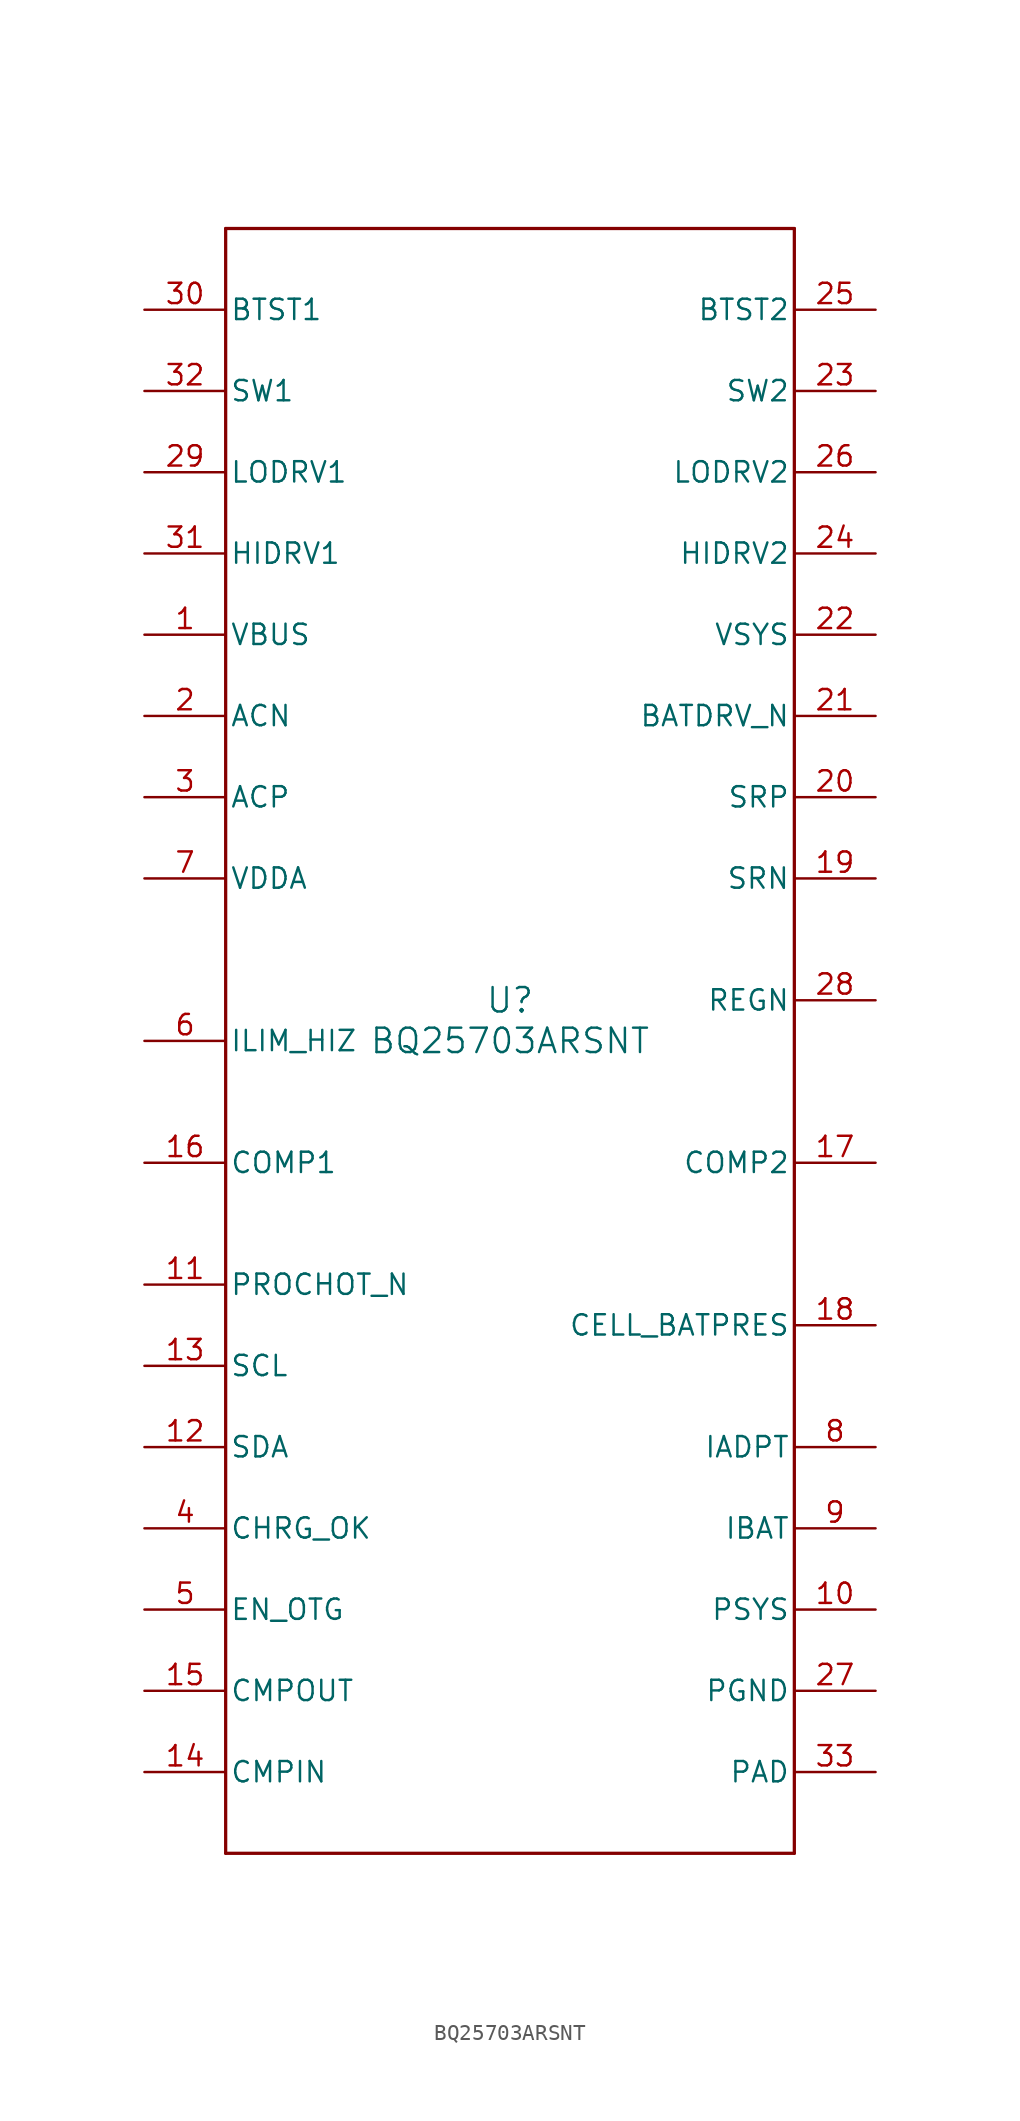
<source format=kicad_sym>
(kicad_symbol_lib
  (version 20211014)
  (generator kicad_symbol_editor)
  (symbol "BQ25703ARSNT"
    (pin_names
      (offset 0.254))
    (property "Reference" "U"
      (at 0 2.54 0)
      (effects (font (size 1.524 1.524))))
    (property "Value" "BQ25703ARSNT"
      (at 0 0 0)
      (effects (font (size 1.524 1.524))))
    (symbol "BQ25703ARSNT_0_1"
      (polyline (pts (xy -17.78 -50.8) (xy 17.78 -50.8)) (stroke (width 0.203) (type default) (color 0 0 0 0)) (fill (type none)))
      (polyline (pts (xy 17.78 -50.8) (xy 17.78 50.8)) (stroke (width 0.203) (type default) (color 0 0 0 0)) (fill (type none)))
      (polyline (pts (xy 17.78 50.8) (xy -17.78 50.8)) (stroke (width 0.203) (type default) (color 0 0 0 0)) (fill (type none)))
      (polyline (pts (xy -17.78 50.8) (xy -17.78 -50.8)) (stroke (width 0.203) (type default) (color 0 0 0 0)) (fill (type none)))
      (pin power_in line (at -22.86 25.4 0) (length 5.08) (name "VBUS" (effects (font (size 1.27 1.27)))) (number "1" (effects (font (size 1.27 1.27)))))
      (pin input line (at -22.86 20.32 0) (length 5.08) (name "ACN" (effects (font (size 1.27 1.27)))) (number "2" (effects (font (size 1.27 1.27)))))
      (pin input line (at -22.86 15.24 0) (length 5.08) (name "ACP" (effects (font (size 1.27 1.27)))) (number "3" (effects (font (size 1.27 1.27)))))
      (pin open_collector line (at -22.86 -30.48 0) (length 5.08) (name "CHRG_OK" (effects (font (size 1.27 1.27)))) (number "4" (effects (font (size 1.27 1.27)))))
      (pin input line (at -22.86 -35.56 0) (length 5.08) (name "EN_OTG" (effects (font (size 1.27 1.27)))) (number "5" (effects (font (size 1.27 1.27)))))
      (pin input line (at -22.86 0 0) (length 5.08) (name "ILIM_HIZ" (effects (font (size 1.27 1.27)))) (number "6" (effects (font (size 1.27 1.27)))))
      (pin power_in line (at -22.86 10.16 0) (length 5.08) (name "VDDA" (effects (font (size 1.27 1.27)))) (number "7" (effects (font (size 1.27 1.27)))))
      (pin output line (at 22.86 -25.4 180) (length 5.08) (name "IADPT" (effects (font (size 1.27 1.27)))) (number "8" (effects (font (size 1.27 1.27)))))
      (pin output line (at 22.86 -30.48 180) (length 5.08) (name "IBAT" (effects (font (size 1.27 1.27)))) (number "9" (effects (font (size 1.27 1.27)))))
      (pin output line (at 22.86 -35.56 180) (length 5.08) (name "PSYS" (effects (font (size 1.27 1.27)))) (number "10" (effects (font (size 1.27 1.27)))))
      (pin open_collector line (at -22.86 -15.24 0) (length 5.08) (name "PROCHOT_N" (effects (font (size 1.27 1.27)))) (number "11" (effects (font (size 1.27 1.27)))))
      (pin bidirectional line (at -22.86 -25.4 0) (length 5.08) (name "SDA" (effects (font (size 1.27 1.27)))) (number "12" (effects (font (size 1.27 1.27)))))
      (pin input line (at -22.86 -20.32 0) (length 5.08) (name "SCL" (effects (font (size 1.27 1.27)))) (number "13" (effects (font (size 1.27 1.27)))))
      (pin input line (at -22.86 -45.72 0) (length 5.08) (name "CMPIN" (effects (font (size 1.27 1.27)))) (number "14" (effects (font (size 1.27 1.27)))))
      (pin open_collector line (at -22.86 -40.64 0) (length 5.08) (name "CMPOUT" (effects (font (size 1.27 1.27)))) (number "15" (effects (font (size 1.27 1.27)))))
      (pin input line (at -22.86 -7.62 0) (length 5.08) (name "COMP1" (effects (font (size 1.27 1.27)))) (number "16" (effects (font (size 1.27 1.27)))))
      (pin input line (at 22.86 -7.62 180) (length 5.08) (name "COMP2" (effects (font (size 1.27 1.27)))) (number "17" (effects (font (size 1.27 1.27)))))
      (pin input line (at 22.86 -17.78 180) (length 5.08) (name "CELL_BATPRES" (effects (font (size 1.27 1.27)))) (number "18" (effects (font (size 1.27 1.27)))))
      (pin input line (at 22.86 10.16 180) (length 5.08) (name "SRN" (effects (font (size 1.27 1.27)))) (number "19" (effects (font (size 1.27 1.27)))))
      (pin input line (at 22.86 15.24 180) (length 5.08) (name "SRP" (effects (font (size 1.27 1.27)))) (number "20" (effects (font (size 1.27 1.27)))))
      (pin output line (at 22.86 20.32 180) (length 5.08) (name "BATDRV_N" (effects (font (size 1.27 1.27)))) (number "21" (effects (font (size 1.27 1.27)))))
      (pin power_in line (at 22.86 25.4 180) (length 5.08) (name "VSYS" (effects (font (size 1.27 1.27)))) (number "22" (effects (font (size 1.27 1.27)))))
      (pin power_in line (at 22.86 40.64 180) (length 5.08) (name "SW2" (effects (font (size 1.27 1.27)))) (number "23" (effects (font (size 1.27 1.27)))))
      (pin output line (at 22.86 30.48 180) (length 5.08) (name "HIDRV2" (effects (font (size 1.27 1.27)))) (number "24" (effects (font (size 1.27 1.27)))))
      (pin power_in line (at 22.86 45.72 180) (length 5.08) (name "BTST2" (effects (font (size 1.27 1.27)))) (number "25" (effects (font (size 1.27 1.27)))))
      (pin output line (at 22.86 35.56 180) (length 5.08) (name "LODRV2" (effects (font (size 1.27 1.27)))) (number "26" (effects (font (size 1.27 1.27)))))
      (pin power_in line (at 22.86 -40.64 180) (length 5.08) (name "PGND" (effects (font (size 1.27 1.27)))) (number "27" (effects (font (size 1.27 1.27)))))
      (pin power_in line (at 22.86 2.54 180) (length 5.08) (name "REGN" (effects (font (size 1.27 1.27)))) (number "28" (effects (font (size 1.27 1.27)))))
      (pin output line (at -22.86 35.56 0) (length 5.08) (name "LODRV1" (effects (font (size 1.27 1.27)))) (number "29" (effects (font (size 1.27 1.27)))))
      (pin power_in line (at -22.86 45.72 0) (length 5.08) (name "BTST1" (effects (font (size 1.27 1.27)))) (number "30" (effects (font (size 1.27 1.27)))))
      (pin output line (at -22.86 30.48 0) (length 5.08) (name "HIDRV1" (effects (font (size 1.27 1.27)))) (number "31" (effects (font (size 1.27 1.27)))))
      (pin power_in line (at -22.86 40.64 0) (length 5.08) (name "SW1" (effects (font (size 1.27 1.27)))) (number "32" (effects (font (size 1.27 1.27)))))
      (pin power_in line (at 22.86 -45.72 180) (length 5.08) (name "PAD" (effects (font (size 1.27 1.27)))) (number "33" (effects (font (size 1.27 1.27))))))))
</source>
